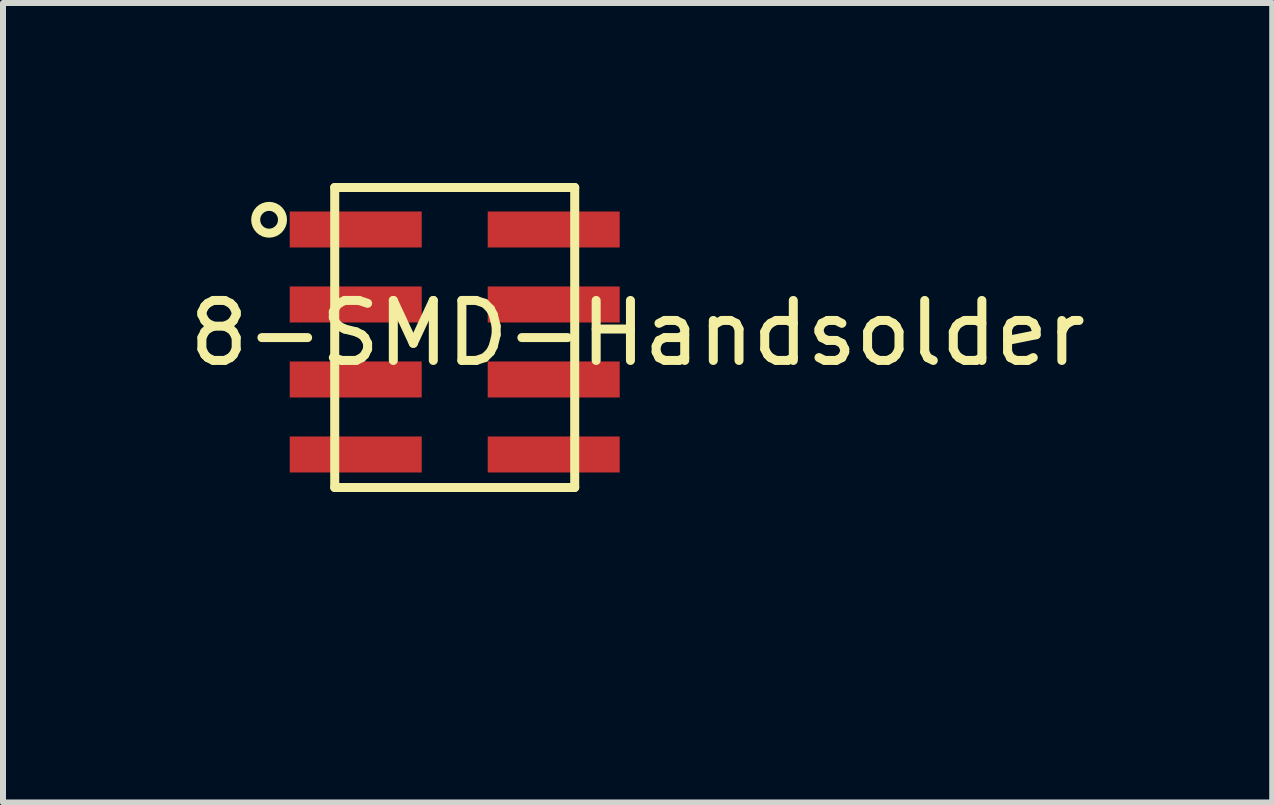
<source format=kicad_pcb>
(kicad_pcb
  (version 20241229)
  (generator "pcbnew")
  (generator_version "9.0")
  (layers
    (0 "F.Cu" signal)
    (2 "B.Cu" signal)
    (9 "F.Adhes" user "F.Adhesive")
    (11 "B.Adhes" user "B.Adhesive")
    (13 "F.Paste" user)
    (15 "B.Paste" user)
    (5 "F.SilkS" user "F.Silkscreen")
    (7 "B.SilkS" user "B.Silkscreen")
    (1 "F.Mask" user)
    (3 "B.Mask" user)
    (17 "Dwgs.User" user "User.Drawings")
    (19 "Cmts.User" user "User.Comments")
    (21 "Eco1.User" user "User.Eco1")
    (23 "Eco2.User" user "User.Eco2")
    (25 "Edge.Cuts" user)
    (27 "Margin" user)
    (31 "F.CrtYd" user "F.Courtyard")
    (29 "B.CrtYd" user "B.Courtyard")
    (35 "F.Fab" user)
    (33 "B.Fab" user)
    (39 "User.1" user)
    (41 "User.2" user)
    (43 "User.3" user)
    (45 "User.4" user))
  (footprint "8-SMD-Handsolder"
    (layer "F.Cu")
    (at 4.529 7.075)
    (property "Reference" "8-SMD-Handsolder" (at 3.048 -4.572 0) (layer "F.SilkS") (effects (font (size 1 1) (thickness 0.15))))
    (attr through_hole)
    (fp_line (start -2 -7) (end -2 -2) (stroke (width 0.15) (type solid)) (layer "F.SilkS"))
    (fp_line (start -2 -2) (end 2 -2) (stroke (width 0.15) (type solid)) (layer "F.SilkS"))
    (fp_line (start 2 -7) (end -2 -7) (stroke (width 0.15) (type solid)) (layer "F.SilkS"))
    (fp_line (start 2 -2) (end 2 -7) (stroke (width 0.15) (type solid)) (layer "F.SilkS"))
    (fp_circle (center -3.094 -6.462) (end -3.194 -6.662) (stroke (width 0.15) (type solid)) (fill no) (layer "F.SilkS"))
    (pad "1" smd rect (at -1.65 -6.3) (size 2.2 0.6) (layers "F.Cu" "F.Mask" "F.Paste"))
    (pad "2" smd rect (at -1.65 -5.05) (size 2.2 0.6) (layers "F.Cu" "F.Mask" "F.Paste"))
    (pad "3" smd rect (at -1.65 -3.8) (size 2.2 0.6) (layers "F.Cu" "F.Mask" "F.Paste"))
    (pad "4" smd rect (at -1.65 -2.55) (size 2.2 0.6) (layers "F.Cu" "F.Mask" "F.Paste"))
    (pad "5" smd rect (at 1.65 -2.55) (size 2.2 0.6) (layers "F.Cu" "F.Mask" "F.Paste"))
    (pad "6" smd rect (at 1.65 -3.8) (size 2.2 0.6) (layers "F.Cu" "F.Mask" "F.Paste"))
    (pad "7" smd rect (at 1.65 -5.05) (size 2.2 0.6) (layers "F.Cu" "F.Mask" "F.Paste"))
    (pad "8" smd rect (at 1.65 -6.3) (size 2.2 0.6) (layers "F.Cu" "F.Mask" "F.Paste")))
  (gr_rect
    (start -3 -3)
    (end 18.155 10.325)
    (stroke (width 0.1) (type default))
    (fill no)
    (layer "Edge.Cuts")))
</source>
